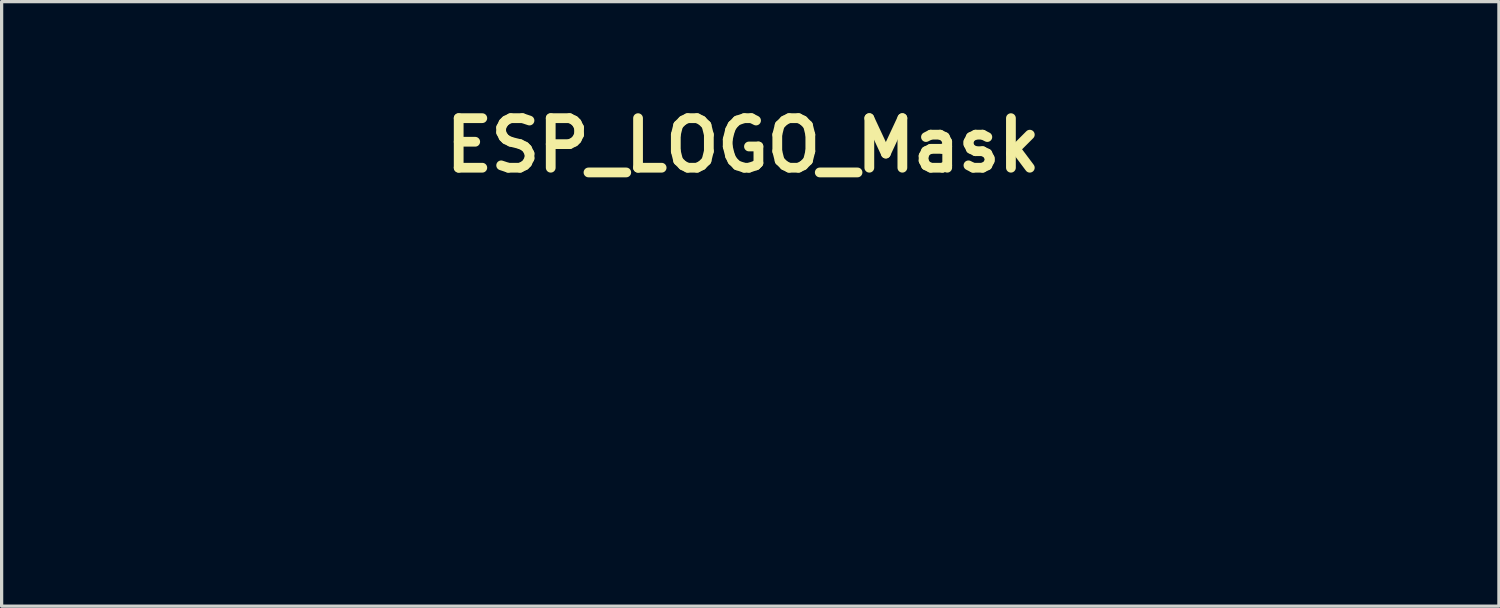
<source format=kicad_pcb>
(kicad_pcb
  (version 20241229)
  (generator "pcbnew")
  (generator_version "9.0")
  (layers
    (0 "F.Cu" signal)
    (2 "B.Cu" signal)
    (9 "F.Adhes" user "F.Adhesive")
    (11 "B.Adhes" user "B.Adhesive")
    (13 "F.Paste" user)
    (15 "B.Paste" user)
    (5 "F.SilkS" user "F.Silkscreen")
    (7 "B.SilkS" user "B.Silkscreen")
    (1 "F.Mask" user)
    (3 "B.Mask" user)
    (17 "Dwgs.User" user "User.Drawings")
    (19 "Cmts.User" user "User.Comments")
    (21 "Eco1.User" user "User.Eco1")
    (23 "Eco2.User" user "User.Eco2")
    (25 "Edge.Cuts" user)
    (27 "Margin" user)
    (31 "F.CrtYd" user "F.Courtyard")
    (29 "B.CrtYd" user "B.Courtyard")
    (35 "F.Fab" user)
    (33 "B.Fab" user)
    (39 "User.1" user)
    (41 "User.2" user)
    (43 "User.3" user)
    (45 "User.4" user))
  (footprint "ESP_LOGO_Mask"
    (layer "F.Cu")
    (at 19.8 9.038)
    (property "Reference" "ESP_LOGO_Mask" (at 0 -7.62 0) (layer "F.SilkS") (effects (font (size 1.524 1.524) (thickness 0.3))))
    (attr board_only exclude_from_pos_files exclude_from_bom)
    (fp_poly (pts (xy 16.615 2.674) (xy 15.899 2.674) (xy 15.899 -2.602) (xy 16.615 -2.602)) (stroke (width 0) (type solid)) (fill yes) (layer "F.Mask"))
    (fp_poly (pts (xy -17.859 1.286) (xy -17.729 1.347) (xy -17.627 1.442) (xy -17.557 1.567) (xy -17.525 1.717) (xy -17.523 1.762) (xy -17.544 1.913) (xy -17.607 2.044) (xy -17.71 2.149) (xy -17.79 2.199) (xy -17.886 2.23) (xy -18.003 2.243) (xy -18.12 2.236) (xy -18.216 2.209) (xy -18.226 2.204) (xy -18.356 2.113) (xy -18.445 1.996) (xy -18.492 1.856) (xy -18.501 1.755) (xy -18.48 1.601) (xy -18.419 1.471) (xy -18.324 1.368) (xy -18.2 1.298) (xy -18.052 1.267) (xy -18.012 1.265)) (stroke (width 0) (type solid)) (fill yes) (layer "F.Mask"))
    (fp_poly (pts (xy -15.689 -3.392) (xy -15.308 -3.327) (xy -14.947 -3.218) (xy -14.604 -3.065) (xy -14.28 -2.868) (xy -13.974 -2.627) (xy -13.821 -2.483) (xy -13.558 -2.189) (xy -13.338 -1.875) (xy -13.162 -1.541) (xy -13.029 -1.188) (xy -12.941 -0.817) (xy -12.896 -0.429) (xy -12.891 -0.233) (xy -12.891 0.07) (xy -12.957 0.104) (xy -13.045 0.143) (xy -13.108 0.159) (xy -13.137 0.15) (xy -13.151 0.12) (xy -13.176 0.058) (xy -13.209 -0.023) (xy -13.214 -0.036) (xy -13.334 -0.31) (xy -13.483 -0.6) (xy -13.654 -0.893) (xy -13.839 -1.176) (xy -14.03 -1.434) (xy -14.037 -1.444) (xy -14.239 -1.678) (xy -14.476 -1.918) (xy -14.735 -2.154) (xy -15.006 -2.375) (xy -15.278 -2.573) (xy -15.423 -2.667) (xy -15.542 -2.737) (xy -15.69 -2.816) (xy -15.853 -2.9) (xy -16.018 -2.98) (xy -16.172 -3.051) (xy -16.3 -3.105) (xy -16.32 -3.113) (xy -16.491 -3.177) (xy -16.453 -3.295) (xy -16.415 -3.414) (xy -16.09 -3.414)) (stroke (width 0) (type solid)) (fill yes) (layer "F.Mask"))
    (fp_poly (pts (xy -17.355 -3.018) (xy -16.906 -2.917) (xy -16.466 -2.771) (xy -16.039 -2.583) (xy -15.629 -2.356) (xy -15.239 -2.092) (xy -14.874 -1.793) (xy -14.538 -1.463) (xy -14.233 -1.104) (xy -13.965 -0.719) (xy -13.932 -0.664) (xy -13.771 -0.374) (xy -13.623 -0.056) (xy -13.493 0.276) (xy -13.385 0.607) (xy -13.307 0.923) (xy -13.295 0.98) (xy -13.244 1.256) (xy -13.346 1.426) (xy -13.411 1.527) (xy -13.493 1.642) (xy -13.576 1.749) (xy -13.594 1.771) (xy -13.74 1.946) (xy -13.992 1.952) (xy -14.244 1.959) (xy -14.272 1.654) (xy -14.335 1.207) (xy -14.437 0.786) (xy -14.581 0.387) (xy -14.767 0.011) (xy -14.996 -0.346) (xy -15.269 -0.685) (xy -15.485 -0.911) (xy -15.79 -1.179) (xy -16.124 -1.415) (xy -16.482 -1.616) (xy -16.857 -1.78) (xy -17.243 -1.905) (xy -17.635 -1.987) (xy -17.982 -2.022) (xy -18.262 -2.036) (xy -18.262 -2.554) (xy -18.065 -2.711) (xy -17.962 -2.79) (xy -17.851 -2.87) (xy -17.751 -2.937) (xy -17.713 -2.96) (xy -17.558 -3.053)) (stroke (width 0) (type solid)) (fill yes) (layer "F.Mask"))
    (fp_poly (pts (xy 20.244 -1.934) (xy 19.271 -1.934) (xy 19.016 -1.933) (xy 18.805 -1.933) (xy 18.633 -1.931) (xy 18.494 -1.927) (xy 18.385 -1.921) (xy 18.302 -1.912) (xy 18.239 -1.9) (xy 18.191 -1.884) (xy 18.156 -1.863) (xy 18.127 -1.836) (xy 18.101 -1.804) (xy 18.085 -1.783) (xy 18.071 -1.761) (xy 18.059 -1.735) (xy 18.05 -1.701) (xy 18.044 -1.651) (xy 18.039 -1.58) (xy 18.035 -1.483) (xy 18.032 -1.355) (xy 18.03 -1.188) (xy 18.028 -1.025) (xy 18.021 -0.334) (xy 19.957 -0.334) (xy 19.957 0.31) (xy 18.023 0.31) (xy 18.023 2.674) (xy 17.306 2.674) (xy 17.313 0.376) (xy 17.319 -1.922) (xy 17.377 -2.065) (xy 17.459 -2.214) (xy 17.576 -2.351) (xy 17.716 -2.464) (xy 17.845 -2.532) (xy 17.878 -2.546) (xy 17.911 -2.557) (xy 17.946 -2.566) (xy 17.989 -2.573) (xy 18.044 -2.579) (xy 18.115 -2.584) (xy 18.207 -2.587) (xy 18.325 -2.59) (xy 18.473 -2.592) (xy 18.656 -2.594) (xy 18.878 -2.596) (xy 19.116 -2.597) (xy 20.244 -2.605)) (stroke (width 0) (type solid)) (fill yes) (layer "F.Mask"))
    (fp_poly (pts (xy -2.202 -2.602) (xy -1.911 -2.602) (xy -1.663 -2.601) (xy -1.454 -2.599) (xy -1.281 -2.597) (xy -1.138 -2.593) (xy -1.022 -2.587) (xy -0.928 -2.579) (xy -0.853 -2.568) (xy -0.791 -2.555) (xy -0.739 -2.538) (xy -0.692 -2.518) (xy -0.646 -2.494) (xy -0.614 -2.475) (xy -0.528 -2.414) (xy -0.435 -2.329) (xy -0.347 -2.236) (xy -0.278 -2.148) (xy -0.256 -2.11) (xy -0.233 -2.063) (xy -0.215 -2.012) (xy -0.2 -1.953) (xy -0.189 -1.88) (xy -0.181 -1.788) (xy -0.175 -1.671) (xy -0.171 -1.525) (xy -0.168 -1.344) (xy -0.167 -1.122) (xy -0.166 -1.027) (xy -0.166 -0.799) (xy -0.167 -0.613) (xy -0.168 -0.465) (xy -0.171 -0.348) (xy -0.175 -0.257) (xy -0.181 -0.187) (xy -0.189 -0.132) (xy -0.199 -0.087) (xy -0.203 -0.072) (xy -0.279 0.111) (xy -0.389 0.273) (xy -0.524 0.408) (xy -0.678 0.508) (xy -0.781 0.549) (xy -0.824 0.561) (xy -0.869 0.572) (xy -0.92 0.58) (xy -0.983 0.586) (xy -1.064 0.59) (xy -1.167 0.593) (xy -1.298 0.595) (xy -1.463 0.596) (xy -1.667 0.597) (xy -1.817 0.597) (xy -2.698 0.597) (xy -2.698 2.674) (xy -3.438 2.674) (xy -3.438 -0.045) (xy -2.698 -0.045) (xy -1.94 -0.052) (xy -1.728 -0.054) (xy -1.558 -0.057) (xy -1.424 -0.06) (xy -1.322 -0.064) (xy -1.246 -0.069) (xy -1.189 -0.075) (xy -1.147 -0.084) (xy -1.114 -0.095) (xy -1.086 -0.107) (xy -0.997 -0.173) (xy -0.937 -0.262) (xy -0.92 -0.297) (xy -0.908 -0.332) (xy -0.898 -0.374) (xy -0.891 -0.43) (xy -0.887 -0.505) (xy -0.885 -0.607) (xy -0.884 -0.742) (xy -0.883 -0.917) (xy -0.883 -0.961) (xy -0.884 -1.175) (xy -0.887 -1.347) (xy -0.893 -1.483) (xy -0.902 -1.588) (xy -0.917 -1.668) (xy -0.936 -1.729) (xy -0.962 -1.777) (xy -0.995 -1.817) (xy -1.011 -1.832) (xy -1.049 -1.866) (xy -1.087 -1.893) (xy -1.132 -1.914) (xy -1.189 -1.93) (xy -1.263 -1.941) (xy -1.359 -1.949) (xy -1.484 -1.954) (xy -1.643 -1.956) (xy -1.84 -1.957) (xy -1.973 -1.958) (xy -2.698 -1.958) (xy -2.698 -0.045) (xy -3.438 -0.045) (xy -3.438 -2.602)) (stroke (width 0) (type solid)) (fill yes) (layer "F.Mask"))
    (fp_poly (pts (xy -18.519 -2.929) (xy -18.501 -2.912) (xy -18.465 -2.865) (xy -18.454 -2.814) (xy -18.472 -2.753) (xy -18.52 -2.675) (xy -18.601 -2.575) (xy -18.629 -2.542) (xy -18.886 -2.213) (xy -19.1 -1.865) (xy -19.272 -1.496) (xy -19.401 -1.104) (xy -19.448 -0.907) (xy -19.465 -0.814) (xy -19.478 -0.712) (xy -19.486 -0.592) (xy -19.49 -0.445) (xy -19.492 -0.26) (xy -19.492 -0.239) (xy -19.49 -0.036) (xy -19.485 0.13) (xy -19.473 0.272) (xy -19.455 0.403) (xy -19.427 0.532) (xy -19.388 0.673) (xy -19.336 0.836) (xy -19.191 1.209) (xy -19.009 1.556) (xy -18.792 1.875) (xy -18.544 2.164) (xy -18.268 2.422) (xy -17.968 2.648) (xy -17.646 2.839) (xy -17.307 2.995) (xy -16.952 3.114) (xy -16.585 3.194) (xy -16.209 3.234) (xy -15.828 3.233) (xy -15.445 3.188) (xy -15.063 3.099) (xy -14.789 3.006) (xy -14.448 2.853) (xy -14.125 2.663) (xy -13.813 2.432) (xy -13.695 2.331) (xy -13.601 2.253) (xy -13.53 2.207) (xy -13.476 2.189) (xy -13.463 2.188) (xy -13.382 2.205) (xy -13.335 2.256) (xy -13.321 2.331) (xy -13.327 2.382) (xy -13.351 2.429) (xy -13.4 2.485) (xy -13.446 2.529) (xy -13.774 2.803) (xy -14.125 3.034) (xy -14.497 3.224) (xy -14.89 3.37) (xy -15.305 3.474) (xy -15.72 3.533) (xy -15.856 3.544) (xy -15.966 3.551) (xy -16.065 3.552) (xy -16.169 3.548) (xy -16.296 3.539) (xy -16.384 3.532) (xy -16.794 3.472) (xy -17.191 3.368) (xy -17.573 3.223) (xy -17.934 3.038) (xy -18.273 2.817) (xy -18.587 2.562) (xy -18.872 2.274) (xy -19.125 1.957) (xy -19.343 1.614) (xy -19.524 1.245) (xy -19.622 0.985) (xy -19.679 0.808) (xy -19.723 0.651) (xy -19.755 0.503) (xy -19.777 0.353) (xy -19.79 0.189) (xy -19.798 0.001) (xy -19.8 -0.224) (xy -19.8 -0.227) (xy -19.799 -0.41) (xy -19.797 -0.554) (xy -19.793 -0.67) (xy -19.786 -0.766) (xy -19.775 -0.851) (xy -19.76 -0.936) (xy -19.747 -0.994) (xy -19.633 -1.412) (xy -19.477 -1.809) (xy -19.281 -2.183) (xy -19.046 -2.531) (xy -18.88 -2.734) (xy -18.778 -2.844) (xy -18.696 -2.916) (xy -18.629 -2.953) (xy -18.572 -2.956)) (stroke (width 0) (type solid)) (fill yes) (layer "F.Mask"))
    (fp_poly (pts (xy -9.143 -2.596) (xy -8.057 -2.59) (xy -8.05 -2.263) (xy -8.044 -1.936) (xy -9.081 -1.929) (xy -9.331 -1.927) (xy -9.537 -1.925) (xy -9.705 -1.923) (xy -9.838 -1.921) (xy -9.942 -1.918) (xy -10.019 -1.914) (xy -10.076 -1.909) (xy -10.117 -1.903) (xy -10.145 -1.895) (xy -10.166 -1.885) (xy -10.184 -1.873) (xy -10.186 -1.871) (xy -10.245 -1.815) (xy -10.297 -1.746) (xy -10.301 -1.74) (xy -10.315 -1.712) (xy -10.327 -1.68) (xy -10.336 -1.636) (xy -10.342 -1.576) (xy -10.347 -1.494) (xy -10.351 -1.382) (xy -10.354 -1.234) (xy -10.356 -1.046) (xy -10.357 -1.032) (xy -10.365 -0.406) (xy -8.355 -0.406) (xy -8.355 0.239) (xy -10.364 0.239) (xy -10.356 0.997) (xy -10.354 1.209) (xy -10.351 1.379) (xy -10.348 1.512) (xy -10.345 1.614) (xy -10.34 1.69) (xy -10.333 1.747) (xy -10.325 1.789) (xy -10.314 1.822) (xy -10.301 1.85) (xy -10.28 1.891) (xy -10.259 1.925) (xy -10.233 1.954) (xy -10.199 1.976) (xy -10.151 1.994) (xy -10.087 2.007) (xy -10 2.016) (xy -9.888 2.022) (xy -9.746 2.026) (xy -9.569 2.028) (xy -9.353 2.029) (xy -9.095 2.029) (xy -9.065 2.029) (xy -8.045 2.029) (xy -8.045 2.698) (xy -9.137 2.696) (xy -9.418 2.695) (xy -9.655 2.693) (xy -9.852 2.691) (xy -10.013 2.688) (xy -10.142 2.683) (xy -10.242 2.678) (xy -10.317 2.671) (xy -10.372 2.663) (xy -10.38 2.661) (xy -10.574 2.596) (xy -10.739 2.494) (xy -10.874 2.357) (xy -10.976 2.187) (xy -11.042 1.987) (xy -11.051 1.943) (xy -11.057 1.888) (xy -11.062 1.786) (xy -11.066 1.638) (xy -11.069 1.446) (xy -11.072 1.21) (xy -11.074 0.931) (xy -11.076 0.61) (xy -11.076 0.248) (xy -11.076 0.037) (xy -11.076 -0.315) (xy -11.076 -0.622) (xy -11.075 -0.889) (xy -11.073 -1.118) (xy -11.071 -1.313) (xy -11.067 -1.478) (xy -11.063 -1.615) (xy -11.057 -1.728) (xy -11.049 -1.821) (xy -11.04 -1.897) (xy -11.029 -1.96) (xy -11.015 -2.012) (xy -11 -2.057) (xy -10.982 -2.099) (xy -10.961 -2.141) (xy -10.961 -2.141) (xy -10.862 -2.285) (xy -10.727 -2.408) (xy -10.564 -2.506) (xy -10.382 -2.571) (xy -10.349 -2.578) (xy -10.292 -2.584) (xy -10.191 -2.589) (xy -10.048 -2.593) (xy -9.864 -2.596) (xy -9.643 -2.597) (xy -9.388 -2.597)) (stroke (width 0) (type solid)) (fill yes) (layer "F.Mask"))
    (fp_poly (pts (xy 5.977 -2.612) (xy 6.233 -2.61) (xy 6.416 -2.608) (xy 7.448 -2.595) (xy 7.448 -1.935) (xy 5.35 -1.922) (xy 5.28 -1.854) (xy 5.244 -1.815) (xy 5.216 -1.769) (xy 5.194 -1.711) (xy 5.179 -1.634) (xy 5.168 -1.534) (xy 5.161 -1.405) (xy 5.158 -1.239) (xy 5.156 -1.033) (xy 5.156 -1.004) (xy 5.156 -0.43) (xy 7.162 -0.43) (xy 7.162 0.215) (xy 5.154 0.215) (xy 5.161 0.997) (xy 5.163 1.212) (xy 5.166 1.385) (xy 5.168 1.521) (xy 5.172 1.624) (xy 5.176 1.702) (xy 5.183 1.758) (xy 5.19 1.798) (xy 5.2 1.828) (xy 5.213 1.852) (xy 5.215 1.856) (xy 5.237 1.89) (xy 5.259 1.919) (xy 5.286 1.943) (xy 5.323 1.962) (xy 5.373 1.976) (xy 5.441 1.987) (xy 5.532 1.995) (xy 5.649 2) (xy 5.798 2.003) (xy 5.981 2.005) (xy 6.205 2.005) (xy 6.427 2.005) (xy 6.642 2.005) (xy 6.842 2.006) (xy 7.022 2.007) (xy 7.177 2.008) (xy 7.302 2.01) (xy 7.392 2.012) (xy 7.442 2.014) (xy 7.45 2.015) (xy 7.453 2.041) (xy 7.455 2.106) (xy 7.455 2.201) (xy 7.453 2.316) (xy 7.453 2.349) (xy 7.446 2.674) (xy 6.307 2.672) (xy 6.042 2.672) (xy 5.821 2.671) (xy 5.638 2.67) (xy 5.489 2.668) (xy 5.37 2.666) (xy 5.276 2.662) (xy 5.203 2.658) (xy 5.145 2.652) (xy 5.099 2.645) (xy 5.06 2.636) (xy 5.023 2.625) (xy 5.022 2.624) (xy 4.877 2.558) (xy 4.738 2.455) (xy 4.62 2.33) (xy 4.569 2.253) (xy 4.546 2.214) (xy 4.526 2.177) (xy 4.509 2.139) (xy 4.494 2.096) (xy 4.482 2.045) (xy 4.471 1.983) (xy 4.463 1.906) (xy 4.456 1.811) (xy 4.451 1.695) (xy 4.447 1.554) (xy 4.444 1.385) (xy 4.442 1.185) (xy 4.441 0.949) (xy 4.441 0.676) (xy 4.441 0.361) (xy 4.441 0.055) (xy 4.441 -0.3) (xy 4.441 -0.61) (xy 4.441 -0.88) (xy 4.443 -1.112) (xy 4.445 -1.309) (xy 4.448 -1.476) (xy 4.452 -1.615) (xy 4.457 -1.729) (xy 4.463 -1.823) (xy 4.471 -1.899) (xy 4.481 -1.961) (xy 4.493 -2.013) (xy 4.507 -2.056) (xy 4.523 -2.096) (xy 4.541 -2.135) (xy 4.548 -2.149) (xy 4.619 -2.256) (xy 4.719 -2.364) (xy 4.834 -2.459) (xy 4.947 -2.527) (xy 4.958 -2.532) (xy 5.011 -2.553) (xy 5.068 -2.57) (xy 5.135 -2.583) (xy 5.215 -2.594) (xy 5.313 -2.602) (xy 5.434 -2.608) (xy 5.582 -2.611) (xy 5.761 -2.612)) (stroke (width 0) (type solid)) (fill yes) (layer "F.Mask"))
    (fp_poly (pts (xy 2.039 -2.578) (xy 2.288 -2.577) (xy 2.497 -2.576) (xy 2.672 -2.573) (xy 2.815 -2.568) (xy 2.932 -2.562) (xy 3.026 -2.552) (xy 3.101 -2.54) (xy 3.163 -2.524) (xy 3.214 -2.505) (xy 3.26 -2.481) (xy 3.304 -2.452) (xy 3.348 -2.422) (xy 3.443 -2.34) (xy 3.519 -2.245) (xy 3.578 -2.13) (xy 3.623 -1.988) (xy 3.656 -1.813) (xy 3.68 -1.599) (xy 3.688 -1.463) (xy 3.694 -1.3) (xy 3.695 -1.121) (xy 3.694 -0.934) (xy 3.69 -0.748) (xy 3.683 -0.573) (xy 3.673 -0.417) (xy 3.662 -0.289) (xy 3.648 -0.199) (xy 3.645 -0.188) (xy 3.586 -0.022) (xy 3.5 0.107) (xy 3.383 0.201) (xy 3.233 0.262) (xy 3.219 0.266) (xy 3.14 0.29) (xy 3.108 0.312) (xy 3.122 0.331) (xy 3.158 0.343) (xy 3.206 0.366) (xy 3.272 0.41) (xy 3.312 0.442) (xy 3.359 0.485) (xy 3.4 0.532) (xy 3.438 0.588) (xy 3.474 0.656) (xy 3.508 0.742) (xy 3.544 0.85) (xy 3.582 0.984) (xy 3.625 1.149) (xy 3.672 1.349) (xy 3.727 1.59) (xy 3.76 1.735) (xy 3.805 1.937) (xy 3.846 2.125) (xy 3.883 2.294) (xy 3.914 2.438) (xy 3.939 2.552) (xy 3.955 2.631) (xy 3.962 2.669) (xy 3.963 2.672) (xy 3.939 2.683) (xy 3.868 2.691) (xy 3.75 2.696) (xy 3.585 2.698) (xy 3.571 2.698) (xy 3.178 2.698) (xy 3.152 2.56) (xy 3.086 2.227) (xy 3.028 1.938) (xy 2.975 1.688) (xy 2.927 1.475) (xy 2.883 1.295) (xy 2.842 1.144) (xy 2.803 1.019) (xy 2.765 0.915) (xy 2.727 0.831) (xy 2.687 0.762) (xy 2.645 0.704) (xy 2.607 0.662) (xy 2.557 0.615) (xy 2.503 0.578) (xy 2.441 0.549) (xy 2.363 0.529) (xy 2.263 0.515) (xy 2.135 0.507) (xy 1.973 0.503) (xy 1.77 0.501) (xy 1.75 0.501) (xy 1.217 0.501) (xy 1.217 2.674) (xy 0.525 2.674) (xy 0.525 -0.143) (xy 1.217 -0.143) (xy 1.963 -0.145) (xy 2.213 -0.146) (xy 2.416 -0.149) (xy 2.575 -0.154) (xy 2.691 -0.16) (xy 2.766 -0.168) (xy 2.793 -0.174) (xy 2.839 -0.193) (xy 2.875 -0.216) (xy 2.904 -0.25) (xy 2.925 -0.299) (xy 2.94 -0.368) (xy 2.95 -0.464) (xy 2.956 -0.59) (xy 2.959 -0.753) (xy 2.96 -0.957) (xy 2.96 -1.015) (xy 2.959 -1.247) (xy 2.955 -1.436) (xy 2.946 -1.586) (xy 2.929 -1.703) (xy 2.903 -1.789) (xy 2.863 -1.851) (xy 2.809 -1.892) (xy 2.738 -1.917) (xy 2.647 -1.93) (xy 2.533 -1.936) (xy 2.468 -1.938) (xy 2.36 -1.94) (xy 2.217 -1.941) (xy 2.053 -1.942) (xy 1.879 -1.941) (xy 1.713 -1.94) (xy 1.217 -1.934) (xy 1.217 -0.143) (xy 0.525 -0.143) (xy 0.525 -2.578) (xy 1.747 -2.578)) (stroke (width 0) (type solid)) (fill yes) (layer "F.Mask"))
    (fp_poly (pts (xy -17.747 -1.629) (xy -17.496 -1.586) (xy -17.233 -1.518) (xy -17.109 -1.479) (xy -16.724 -1.327) (xy -16.366 -1.135) (xy -16.035 -0.908) (xy -15.735 -0.647) (xy -15.466 -0.356) (xy -15.231 -0.037) (xy -15.032 0.308) (xy -14.872 0.675) (xy -14.751 1.062) (xy -14.672 1.466) (xy -14.643 1.773) (xy -14.639 1.902) (xy -14.641 2.047) (xy -14.649 2.197) (xy -14.66 2.341) (xy -14.674 2.467) (xy -14.691 2.565) (xy -14.704 2.61) (xy -14.727 2.641) (xy -14.779 2.674) (xy -14.865 2.713) (xy -14.963 2.751) (xy -15.202 2.839) (xy -15.497 2.754) (xy -15.608 2.722) (xy -15.7 2.695) (xy -15.766 2.675) (xy -15.796 2.665) (xy -15.796 2.665) (xy -15.793 2.641) (xy -15.779 2.585) (xy -15.761 2.517) (xy -15.745 2.446) (xy -15.733 2.359) (xy -15.726 2.249) (xy -15.722 2.106) (xy -15.721 1.958) (xy -15.723 1.749) (xy -15.734 1.575) (xy -15.755 1.422) (xy -15.789 1.277) (xy -15.837 1.128) (xy -15.901 0.966) (xy -16.045 0.68) (xy -16.229 0.408) (xy -16.449 0.157) (xy -16.697 -0.068) (xy -16.969 -0.259) (xy -17.224 -0.396) (xy -17.359 -0.452) (xy -17.514 -0.503) (xy -17.674 -0.548) (xy -17.824 -0.581) (xy -17.95 -0.599) (xy -17.985 -0.601) (xy -18.063 -0.598) (xy -18.113 -0.581) (xy -18.155 -0.544) (xy -18.159 -0.539) (xy -18.207 -0.457) (xy -18.21 -0.38) (xy -18.172 -0.314) (xy -18.095 -0.262) (xy -17.983 -0.23) (xy -17.967 -0.228) (xy -17.661 -0.167) (xy -17.371 -0.062) (xy -17.101 0.082) (xy -16.853 0.264) (xy -16.632 0.479) (xy -16.441 0.724) (xy -16.283 0.998) (xy -16.162 1.295) (xy -16.132 1.397) (xy -16.103 1.534) (xy -16.083 1.711) (xy -16.072 1.876) (xy -16.072 2.126) (xy -16.093 2.347) (xy -16.139 2.552) (xy -16.211 2.756) (xy -16.213 2.763) (xy -16.285 2.936) (xy -16.396 2.934) (xy -16.473 2.928) (xy -16.577 2.914) (xy -16.688 2.895) (xy -16.711 2.891) (xy -16.826 2.863) (xy -16.922 2.829) (xy -17.019 2.779) (xy -17.11 2.722) (xy -17.194 2.667) (xy -17.26 2.621) (xy -17.3 2.59) (xy -17.307 2.581) (xy -17.296 2.553) (xy -17.268 2.502) (xy -17.263 2.494) (xy -17.179 2.312) (xy -17.134 2.11) (xy -17.128 1.9) (xy -17.162 1.688) (xy -17.232 1.493) (xy -17.349 1.29) (xy -17.494 1.123) (xy -17.667 0.992) (xy -17.873 0.894) (xy -18.113 0.827) (xy -18.205 0.811) (xy -18.442 0.753) (xy -18.654 0.656) (xy -18.839 0.521) (xy -18.994 0.349) (xy -19.009 0.329) (xy -19.115 0.158) (xy -19.186 -0.007) (xy -19.23 -0.184) (xy -19.237 -0.232) (xy -19.248 -0.475) (xy -19.215 -0.708) (xy -19.142 -0.927) (xy -19.031 -1.126) (xy -18.885 -1.301) (xy -18.707 -1.447) (xy -18.5 -1.559) (xy -18.359 -1.609) (xy -18.186 -1.641) (xy -17.979 -1.648)) (stroke (width 0) (type solid)) (fill yes) (layer "F.Mask"))
    (fp_poly (pts (xy 11.148 -1.935) (xy 9.025 -1.922) (xy 8.959 -1.856) (xy 8.892 -1.789) (xy 8.885 -1.218) (xy 8.883 -1.02) (xy 8.884 -0.863) (xy 8.888 -0.743) (xy 8.896 -0.652) (xy 8.91 -0.587) (xy 8.93 -0.54) (xy 8.957 -0.507) (xy 8.992 -0.481) (xy 9.006 -0.472) (xy 9.038 -0.462) (xy 9.101 -0.454) (xy 9.197 -0.447) (xy 9.33 -0.44) (xy 9.503 -0.435) (xy 9.719 -0.43) (xy 9.811 -0.428) (xy 10.024 -0.424) (xy 10.196 -0.419) (xy 10.331 -0.415) (xy 10.437 -0.41) (xy 10.52 -0.404) (xy 10.585 -0.396) (xy 10.639 -0.385) (xy 10.687 -0.373) (xy 10.722 -0.362) (xy 10.92 -0.276) (xy 11.081 -0.161) (xy 11.204 -0.016) (xy 11.29 0.159) (xy 11.304 0.201) (xy 11.316 0.266) (xy 11.325 0.371) (xy 11.332 0.508) (xy 11.338 0.669) (xy 11.341 0.846) (xy 11.342 1.033) (xy 11.34 1.22) (xy 11.337 1.401) (xy 11.331 1.567) (xy 11.324 1.711) (xy 11.314 1.825) (xy 11.304 1.894) (xy 11.238 2.114) (xy 11.141 2.301) (xy 11.015 2.451) (xy 10.861 2.564) (xy 10.771 2.607) (xy 10.74 2.619) (xy 10.71 2.629) (xy 10.676 2.638) (xy 10.634 2.645) (xy 10.58 2.65) (xy 10.51 2.655) (xy 10.42 2.658) (xy 10.304 2.661) (xy 10.16 2.663) (xy 9.982 2.665) (xy 9.767 2.667) (xy 9.51 2.668) (xy 9.388 2.669) (xy 8.14 2.676) (xy 8.14 2.007) (xy 9.298 2) (xy 10.455 1.993) (xy 10.521 1.927) (xy 10.587 1.861) (xy 10.594 1.251) (xy 10.596 1.063) (xy 10.597 0.917) (xy 10.597 0.806) (xy 10.594 0.723) (xy 10.589 0.662) (xy 10.581 0.617) (xy 10.57 0.58) (xy 10.556 0.546) (xy 10.55 0.534) (xy 10.524 0.483) (xy 10.496 0.443) (xy 10.462 0.413) (xy 10.414 0.39) (xy 10.348 0.375) (xy 10.257 0.366) (xy 10.136 0.361) (xy 9.979 0.358) (xy 9.78 0.358) (xy 9.779 0.358) (xy 9.512 0.356) (xy 9.287 0.35) (xy 9.099 0.338) (xy 8.943 0.32) (xy 8.812 0.294) (xy 8.702 0.26) (xy 8.607 0.216) (xy 8.522 0.161) (xy 8.442 0.094) (xy 8.44 0.092) (xy 8.362 0.014) (xy 8.298 -0.068) (xy 8.247 -0.16) (xy 8.208 -0.267) (xy 8.179 -0.393) (xy 8.16 -0.543) (xy 8.15 -0.723) (xy 8.148 -0.937) (xy 8.153 -1.19) (xy 8.159 -1.373) (xy 8.167 -1.567) (xy 8.175 -1.721) (xy 8.183 -1.839) (xy 8.192 -1.929) (xy 8.203 -1.996) (xy 8.216 -2.048) (xy 8.227 -2.081) (xy 8.309 -2.244) (xy 8.412 -2.371) (xy 8.542 -2.466) (xy 8.703 -2.531) (xy 8.901 -2.572) (xy 8.952 -2.578) (xy 9.026 -2.583) (xy 9.142 -2.588) (xy 9.292 -2.592) (xy 9.469 -2.596) (xy 9.668 -2.599) (xy 9.882 -2.601) (xy 10.103 -2.602) (xy 10.164 -2.602) (xy 11.148 -2.602)) (stroke (width 0) (type solid)) (fill yes) (layer "F.Mask"))
    (fp_poly (pts (xy -4.369 -1.934) (xy -5.401 -1.934) (xy -5.651 -1.933) (xy -5.857 -1.933) (xy -6.025 -1.932) (xy -6.159 -1.931) (xy -6.262 -1.928) (xy -6.341 -1.925) (xy -6.399 -1.92) (xy -6.441 -1.914) (xy -6.471 -1.906) (xy -6.494 -1.896) (xy -6.51 -1.887) (xy -6.549 -1.858) (xy -6.58 -1.821) (xy -6.602 -1.77) (xy -6.618 -1.7) (xy -6.629 -1.605) (xy -6.634 -1.479) (xy -6.635 -1.316) (xy -6.632 -1.119) (xy -6.625 -0.598) (xy -6.469 -0.442) (xy -5.711 -0.428) (xy -5.491 -0.423) (xy -5.314 -0.419) (xy -5.173 -0.414) (xy -5.063 -0.408) (xy -4.977 -0.401) (xy -4.912 -0.393) (xy -4.86 -0.382) (xy -4.822 -0.371) (xy -4.618 -0.29) (xy -4.456 -0.188) (xy -4.333 -0.063) (xy -4.244 0.089) (xy -4.187 0.272) (xy -4.175 0.338) (xy -4.168 0.414) (xy -4.163 0.528) (xy -4.16 0.672) (xy -4.159 0.837) (xy -4.16 1.014) (xy -4.162 1.196) (xy -4.166 1.373) (xy -4.172 1.538) (xy -4.179 1.683) (xy -4.187 1.798) (xy -4.196 1.876) (xy -4.199 1.886) (xy -4.266 2.107) (xy -4.363 2.294) (xy -4.49 2.445) (xy -4.645 2.559) (xy -4.739 2.604) (xy -4.882 2.662) (xy -6.117 2.669) (xy -7.353 2.676) (xy -7.353 2.005) (xy -6.232 2.005) (xy -5.945 2.005) (xy -5.703 2.004) (xy -5.504 2.002) (xy -5.344 1.999) (xy -5.222 1.995) (xy -5.133 1.99) (xy -5.076 1.983) (xy -5.048 1.977) (xy -5.011 1.957) (xy -4.981 1.931) (xy -4.958 1.895) (xy -4.942 1.843) (xy -4.93 1.768) (xy -4.923 1.666) (xy -4.919 1.531) (xy -4.918 1.357) (xy -4.918 1.218) (xy -4.918 1.015) (xy -4.92 0.854) (xy -4.925 0.729) (xy -4.934 0.634) (xy -4.946 0.563) (xy -4.964 0.51) (xy -4.988 0.469) (xy -5.019 0.434) (xy -5.036 0.418) (xy -5.054 0.404) (xy -5.077 0.393) (xy -5.11 0.385) (xy -5.16 0.378) (xy -5.231 0.372) (xy -5.328 0.367) (xy -5.458 0.363) (xy -5.625 0.359) (xy -5.821 0.354) (xy -6.017 0.349) (xy -6.199 0.343) (xy -6.36 0.336) (xy -6.493 0.328) (xy -6.593 0.32) (xy -6.653 0.313) (xy -6.659 0.311) (xy -6.842 0.244) (xy -7.008 0.142) (xy -7.147 0.014) (xy -7.251 -0.133) (xy -7.256 -0.143) (xy -7.284 -0.205) (xy -7.306 -0.275) (xy -7.323 -0.357) (xy -7.336 -0.459) (xy -7.344 -0.586) (xy -7.35 -0.745) (xy -7.352 -0.94) (xy -7.352 -1.105) (xy -7.351 -1.347) (xy -7.347 -1.546) (xy -7.34 -1.709) (xy -7.329 -1.842) (xy -7.314 -1.95) (xy -7.294 -2.039) (xy -7.269 -2.114) (xy -7.258 -2.139) (xy -7.202 -2.238) (xy -7.123 -2.337) (xy -7.037 -2.423) (xy -6.961 -2.476) (xy -6.912 -2.5) (xy -6.865 -2.52) (xy -6.814 -2.537) (xy -6.756 -2.551) (xy -6.685 -2.562) (xy -6.598 -2.571) (xy -6.488 -2.578) (xy -6.354 -2.583) (xy -6.188 -2.587) (xy -5.988 -2.591) (xy -5.748 -2.593) (xy -5.509 -2.596) (xy -4.369 -2.606)) (stroke (width 0) (type solid)) (fill yes) (layer "F.Mask"))
    (fp_poly (pts (xy 14.968 -1.934) (xy 13.935 -1.934) (xy 13.686 -1.933) (xy 13.479 -1.933) (xy 13.311 -1.932) (xy 13.178 -1.931) (xy 13.074 -1.928) (xy 12.995 -1.925) (xy 12.937 -1.92) (xy 12.896 -1.914) (xy 12.866 -1.906) (xy 12.843 -1.896) (xy 12.827 -1.887) (xy 12.788 -1.858) (xy 12.757 -1.822) (xy 12.735 -1.771) (xy 12.719 -1.702) (xy 12.709 -1.607) (xy 12.703 -1.482) (xy 12.702 -1.32) (xy 12.704 -1.12) (xy 12.712 -0.598) (xy 12.79 -0.52) (xy 12.868 -0.442) (xy 13.625 -0.428) (xy 13.845 -0.423) (xy 14.023 -0.419) (xy 14.164 -0.414) (xy 14.274 -0.408) (xy 14.359 -0.401) (xy 14.425 -0.393) (xy 14.477 -0.382) (xy 14.514 -0.371) (xy 14.697 -0.301) (xy 14.841 -0.218) (xy 14.954 -0.117) (xy 15.044 0.008) (xy 15.074 0.064) (xy 15.108 0.144) (xy 15.135 0.237) (xy 15.156 0.347) (xy 15.17 0.48) (xy 15.178 0.642) (xy 15.18 0.838) (xy 15.178 1.073) (xy 15.176 1.182) (xy 15.169 1.423) (xy 15.159 1.622) (xy 15.144 1.787) (xy 15.124 1.923) (xy 15.098 2.037) (xy 15.065 2.135) (xy 15.023 2.223) (xy 15.004 2.257) (xy 14.91 2.381) (xy 14.784 2.494) (xy 14.643 2.583) (xy 14.589 2.607) (xy 14.559 2.619) (xy 14.528 2.63) (xy 14.494 2.638) (xy 14.452 2.645) (xy 14.398 2.651) (xy 14.327 2.655) (xy 14.235 2.658) (xy 14.118 2.661) (xy 13.972 2.663) (xy 13.792 2.665) (xy 13.575 2.667) (xy 13.315 2.668) (xy 13.219 2.669) (xy 11.984 2.676) (xy 11.984 2.005) (xy 13.09 2.005) (xy 13.398 2.005) (xy 13.658 2.003) (xy 13.872 2) (xy 14.04 1.996) (xy 14.163 1.991) (xy 14.242 1.985) (xy 14.273 1.979) (xy 14.315 1.962) (xy 14.348 1.939) (xy 14.373 1.906) (xy 14.391 1.856) (xy 14.404 1.784) (xy 14.412 1.686) (xy 14.417 1.554) (xy 14.418 1.385) (xy 14.419 1.218) (xy 14.418 1.015) (xy 14.416 0.854) (xy 14.411 0.729) (xy 14.403 0.634) (xy 14.39 0.563) (xy 14.372 0.51) (xy 14.348 0.469) (xy 14.317 0.434) (xy 14.3 0.418) (xy 14.283 0.404) (xy 14.26 0.393) (xy 14.226 0.385) (xy 14.176 0.378) (xy 14.106 0.372) (xy 14.008 0.367) (xy 13.878 0.363) (xy 13.712 0.359) (xy 13.515 0.354) (xy 13.319 0.349) (xy 13.138 0.343) (xy 12.977 0.336) (xy 12.843 0.328) (xy 12.743 0.32) (xy 12.683 0.313) (xy 12.677 0.311) (xy 12.478 0.237) (xy 12.305 0.125) (xy 12.162 -0.023) (xy 12.058 -0.191) (xy 12.04 -0.23) (xy 12.026 -0.265) (xy 12.015 -0.304) (xy 12.007 -0.352) (xy 12.001 -0.416) (xy 11.997 -0.501) (xy 11.994 -0.613) (xy 11.991 -0.758) (xy 11.989 -0.943) (xy 11.988 -1.024) (xy 11.986 -1.267) (xy 11.987 -1.469) (xy 11.991 -1.635) (xy 11.998 -1.771) (xy 12.009 -1.882) (xy 12.025 -1.975) (xy 12.047 -2.055) (xy 12.073 -2.127) (xy 12.082 -2.148) (xy 12.145 -2.256) (xy 12.232 -2.361) (xy 12.328 -2.445) (xy 12.378 -2.476) (xy 12.425 -2.5) (xy 12.472 -2.521) (xy 12.522 -2.537) (xy 12.581 -2.551) (xy 12.652 -2.562) (xy 12.74 -2.571) (xy 12.849 -2.578) (xy 12.985 -2.583) (xy 13.151 -2.587) (xy 13.352 -2.591) (xy 13.593 -2.593) (xy 13.828 -2.596) (xy 14.968 -2.606)) (stroke (width 0) (type solid)) (fill yes) (layer "F.Mask")))
  (gr_rect
    (start -3 -3)
    (end 43.043 15.59)
    (stroke (width 0.1) (type default))
    (fill no)
    (layer "Edge.Cuts")))
</source>
